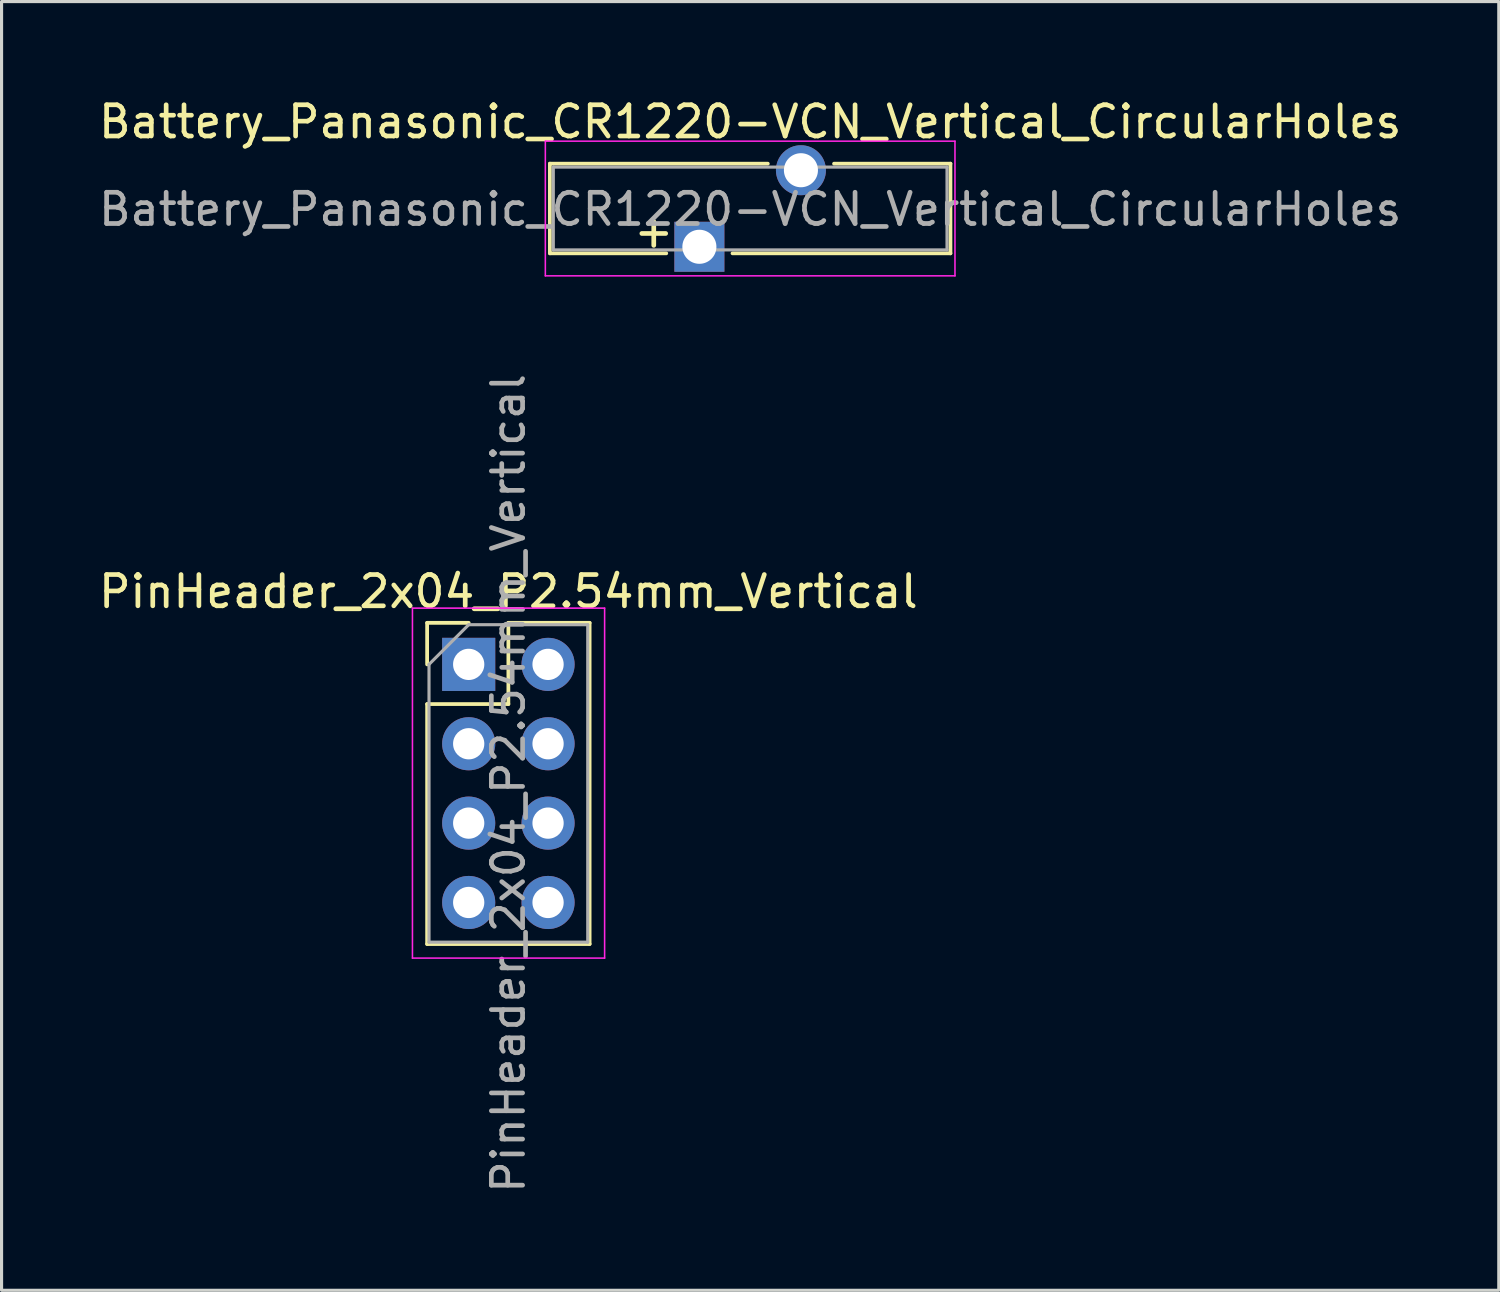
<source format=kicad_pcb>
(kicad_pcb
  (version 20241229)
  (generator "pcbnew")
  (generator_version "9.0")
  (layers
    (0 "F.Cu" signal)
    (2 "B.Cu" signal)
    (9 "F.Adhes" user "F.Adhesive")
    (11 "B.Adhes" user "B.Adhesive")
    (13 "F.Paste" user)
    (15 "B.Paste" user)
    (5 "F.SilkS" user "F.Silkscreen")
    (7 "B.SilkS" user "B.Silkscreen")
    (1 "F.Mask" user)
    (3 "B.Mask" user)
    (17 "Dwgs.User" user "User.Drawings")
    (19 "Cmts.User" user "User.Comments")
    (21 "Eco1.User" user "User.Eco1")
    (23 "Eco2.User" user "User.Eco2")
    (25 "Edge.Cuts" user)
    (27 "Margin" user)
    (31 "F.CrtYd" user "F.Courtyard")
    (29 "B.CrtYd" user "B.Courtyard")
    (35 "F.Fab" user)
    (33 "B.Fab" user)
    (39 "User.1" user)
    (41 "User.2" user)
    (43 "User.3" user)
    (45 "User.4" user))
  (footprint "PinHeader_2x04_P2.54mm_Vertical"
    (layer "F.Cu")
    (at 11.95 18.213)
    (property "Reference" "PinHeader_2x04_P2.54mm_Vertical" (at 1.27 -2.33 0) (layer "F.SilkS") (effects (font (size 1 1) (thickness 0.15))))
    (attr through_hole)
    (fp_line (start -1.33 -1.33) (end 0 -1.33) (stroke (width 0.12) (type solid)) (layer "F.SilkS"))
    (fp_line (start -1.33 0) (end -1.33 -1.33) (stroke (width 0.12) (type solid)) (layer "F.SilkS"))
    (fp_line (start -1.33 1.27) (end -1.33 8.95) (stroke (width 0.12) (type solid)) (layer "F.SilkS"))
    (fp_line (start -1.33 1.27) (end 1.27 1.27) (stroke (width 0.12) (type solid)) (layer "F.SilkS"))
    (fp_line (start -1.33 8.95) (end 3.87 8.95) (stroke (width 0.12) (type solid)) (layer "F.SilkS"))
    (fp_line (start 1.27 -1.33) (end 3.87 -1.33) (stroke (width 0.12) (type solid)) (layer "F.SilkS"))
    (fp_line (start 1.27 1.27) (end 1.27 -1.33) (stroke (width 0.12) (type solid)) (layer "F.SilkS"))
    (fp_line (start 3.87 -1.33) (end 3.87 8.95) (stroke (width 0.12) (type solid)) (layer "F.SilkS"))
    (fp_line (start -1.8 -1.8) (end -1.8 9.4) (stroke (width 0.05) (type solid)) (layer "F.CrtYd"))
    (fp_line (start -1.8 9.4) (end 4.35 9.4) (stroke (width 0.05) (type solid)) (layer "F.CrtYd"))
    (fp_line (start 4.35 -1.8) (end -1.8 -1.8) (stroke (width 0.05) (type solid)) (layer "F.CrtYd"))
    (fp_line (start 4.35 9.4) (end 4.35 -1.8) (stroke (width 0.05) (type solid)) (layer "F.CrtYd"))
    (fp_line (start -1.27 0) (end 0 -1.27) (stroke (width 0.1) (type solid)) (layer "F.Fab"))
    (fp_line (start -1.27 8.89) (end -1.27 0) (stroke (width 0.1) (type solid)) (layer "F.Fab"))
    (fp_line (start 0 -1.27) (end 3.81 -1.27) (stroke (width 0.1) (type solid)) (layer "F.Fab"))
    (fp_line (start 3.81 -1.27) (end 3.81 8.89) (stroke (width 0.1) (type solid)) (layer "F.Fab"))
    (fp_line (start 3.81 8.89) (end -1.27 8.89) (stroke (width 0.1) (type solid)) (layer "F.Fab"))
    (fp_text user "${REFERENCE}" (at 1.27 3.81 90) (layer "F.Fab") (effects (font (size 1 1) (thickness 0.15))))
    (pad "1" thru_hole rect (at 0 0) (size 1.7 1.7) (drill 1) (layers "*.Cu" "*.Mask"))
    (pad "2" thru_hole oval (at 2.54 0) (size 1.7 1.7) (drill 1) (layers "*.Cu" "*.Mask"))
    (pad "3" thru_hole oval (at 0 2.54) (size 1.7 1.7) (drill 1) (layers "*.Cu" "*.Mask"))
    (pad "4" thru_hole oval (at 2.54 2.54) (size 1.7 1.7) (drill 1) (layers "*.Cu" "*.Mask"))
    (pad "5" thru_hole oval (at 0 5.08) (size 1.7 1.7) (drill 1) (layers "*.Cu" "*.Mask"))
    (pad "6" thru_hole oval (at 2.54 5.08) (size 1.7 1.7) (drill 1) (layers "*.Cu" "*.Mask"))
    (pad "7" thru_hole oval (at 0 7.62) (size 1.7 1.7) (drill 1) (layers "*.Cu" "*.Mask"))
    (pad "8" thru_hole oval (at 2.54 7.62) (size 1.7 1.7) (drill 1) (layers "*.Cu" "*.Mask")))
  (footprint "Battery_Panasonic_CR1220-VCN_Vertical_CircularHoles"
    (layer "F.Cu")
    (at 19.333 4.848)
    (property "Reference" "Battery_Panasonic_CR1220-VCN_Vertical_CircularHoles" (at 1.625 -4 0) (layer "F.SilkS") (effects (font (size 1 1) (thickness 0.15))))
    (attr through_hole)
    (fp_line (start -4.785 -2.66) (end 2.19 -2.66) (stroke (width 0.12) (type solid)) (layer "F.SilkS"))
    (fp_line (start -4.785 0.21) (end -4.785 -2.66) (stroke (width 0.12) (type solid)) (layer "F.SilkS"))
    (fp_line (start -4.78 0.21) (end -1.06 0.21) (stroke (width 0.12) (type solid)) (layer "F.SilkS"))
    (fp_line (start 1.06 0.21) (end 8.035 0.21) (stroke (width 0.12) (type solid)) (layer "F.SilkS"))
    (fp_line (start 4.31 -2.66) (end 8.035 -2.66) (stroke (width 0.12) (type solid)) (layer "F.SilkS"))
    (fp_line (start 8.035 0.21) (end 8.035 -2.66) (stroke (width 0.12) (type solid)) (layer "F.SilkS"))
    (fp_line (start -4.93 -3.38) (end 8.18 -3.38) (stroke (width 0.05) (type solid)) (layer "F.CrtYd"))
    (fp_line (start -4.93 0.93) (end -4.93 -3.38) (stroke (width 0.05) (type solid)) (layer "F.CrtYd"))
    (fp_line (start -4.93 0.93) (end 8.18 0.93) (stroke (width 0.05) (type solid)) (layer "F.CrtYd"))
    (fp_line (start 8.18 0.93) (end 8.18 -3.38) (stroke (width 0.05) (type solid)) (layer "F.CrtYd"))
    (fp_line (start -4.675 -2.55) (end 7.925 -2.55) (stroke (width 0.1) (type solid)) (layer "F.Fab"))
    (fp_line (start -4.675 0.1) (end -4.675 -2.55) (stroke (width 0.1) (type solid)) (layer "F.Fab"))
    (fp_line (start -4.675 0.1) (end 7.925 0.1) (stroke (width 0.1) (type solid)) (layer "F.Fab"))
    (fp_line (start 7.925 0.1) (end 7.925 -2.55) (stroke (width 0.1) (type solid)) (layer "F.Fab"))
    (fp_text user "+" (at -1.46 -0.5 0) (layer "F.SilkS") (effects (font (size 1 1) (thickness 0.15))))
    (fp_text user "${REFERENCE}" (at 1.625 -1.2 180) (layer "F.Fab") (effects (font (size 1 1) (thickness 0.15))))
    (pad "1" thru_hole rect (at 0 0 90) (size 1.6 1.6) (drill 1.09) (layers "*.Cu" "*.Mask"))
    (pad "2" thru_hole circle (at 3.25 -2.45) (size 1.6 1.6) (drill 1.09) (layers "*.Cu" "*.Mask")))
  (gr_rect
    (start -3 -3)
    (end 44.917 38.244)
    (stroke (width 0.1) (type default))
    (fill no)
    (layer "Edge.Cuts")))
</source>
